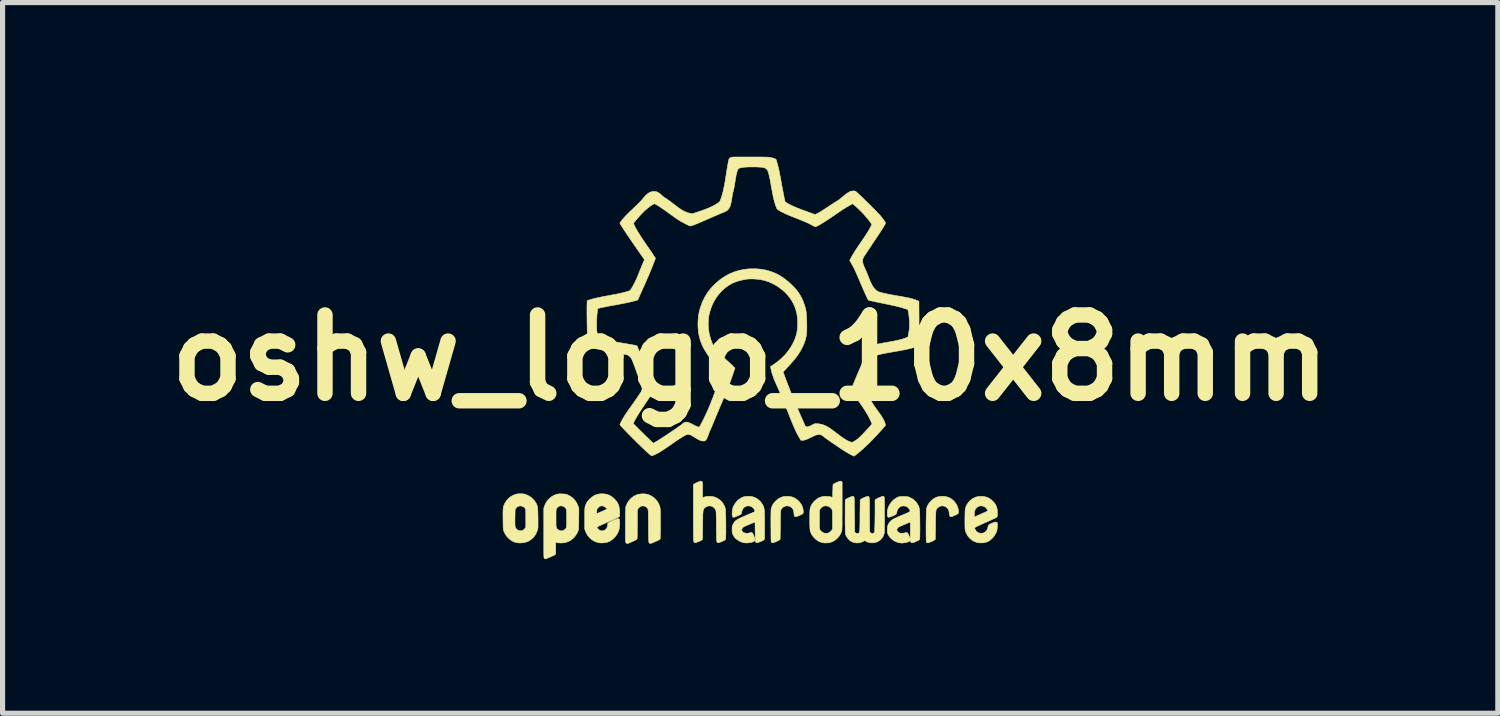
<source format=kicad_pcb>
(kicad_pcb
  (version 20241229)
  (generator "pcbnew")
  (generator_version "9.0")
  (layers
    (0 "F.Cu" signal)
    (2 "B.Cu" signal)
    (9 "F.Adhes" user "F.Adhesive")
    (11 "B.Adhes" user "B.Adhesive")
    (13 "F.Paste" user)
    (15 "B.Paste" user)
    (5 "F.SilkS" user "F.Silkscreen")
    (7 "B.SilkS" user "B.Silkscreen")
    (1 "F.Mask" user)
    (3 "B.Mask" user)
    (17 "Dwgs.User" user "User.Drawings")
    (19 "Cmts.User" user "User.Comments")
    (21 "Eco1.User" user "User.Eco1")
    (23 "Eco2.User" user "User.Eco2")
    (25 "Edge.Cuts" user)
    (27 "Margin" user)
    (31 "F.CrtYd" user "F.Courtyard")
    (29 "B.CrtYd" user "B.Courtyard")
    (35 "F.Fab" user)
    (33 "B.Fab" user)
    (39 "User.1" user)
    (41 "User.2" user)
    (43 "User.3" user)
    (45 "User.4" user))
  (footprint "oshw_logo_10x8mm"
    (layer "F.Cu")
    (at 11.546 3.913)
    (property "Reference" "oshw_logo_10x8mm" (at 0 0 0) (layer "F.SilkS") (effects (font (size 1.524 1.524) (thickness 0.3))))
    (attr through_hole)
    (fp_poly (pts (xy 3.783 2.695) (xy 3.822 2.702) (xy 3.858 2.714) (xy 3.891 2.729) (xy 3.931 2.756) (xy 3.968 2.791) (xy 4 2.831) (xy 4.026 2.876) (xy 4.043 2.923) (xy 4.052 2.97) (xy 4.052 2.974) (xy 4.053 2.997) (xy 4.051 3.015) (xy 4.049 3.025) (xy 4.042 3.032) (xy 4.027 3.041) (xy 4.007 3.051) (xy 3.984 3.062) (xy 3.961 3.073) (xy 3.939 3.082) (xy 3.921 3.088) (xy 3.909 3.09) (xy 3.909 3.09) (xy 3.898 3.089) (xy 3.889 3.085) (xy 3.883 3.075) (xy 3.878 3.059) (xy 3.874 3.036) (xy 3.871 3.008) (xy 3.865 2.976) (xy 3.855 2.95) (xy 3.839 2.927) (xy 3.825 2.913) (xy 3.794 2.892) (xy 3.761 2.881) (xy 3.727 2.879) (xy 3.693 2.887) (xy 3.661 2.906) (xy 3.644 2.92) (xy 3.637 2.927) (xy 3.631 2.935) (xy 3.625 2.943) (xy 3.621 2.953) (xy 3.617 2.965) (xy 3.615 2.981) (xy 3.612 3.002) (xy 3.611 3.028) (xy 3.609 3.06) (xy 3.608 3.099) (xy 3.608 3.146) (xy 3.607 3.202) (xy 3.606 3.257) (xy 3.606 3.309) (xy 3.605 3.358) (xy 3.604 3.403) (xy 3.603 3.443) (xy 3.603 3.477) (xy 3.602 3.503) (xy 3.601 3.522) (xy 3.601 3.53) (xy 3.6 3.531) (xy 3.594 3.539) (xy 3.579 3.548) (xy 3.559 3.559) (xy 3.536 3.571) (xy 3.511 3.581) (xy 3.488 3.59) (xy 3.467 3.596) (xy 3.453 3.598) (xy 3.438 3.596) (xy 3.428 3.59) (xy 3.427 3.582) (xy 3.425 3.566) (xy 3.424 3.541) (xy 3.423 3.508) (xy 3.423 3.47) (xy 3.422 3.427) (xy 3.422 3.38) (xy 3.422 3.33) (xy 3.422 3.279) (xy 3.422 3.227) (xy 3.423 3.176) (xy 3.424 3.126) (xy 3.425 3.08) (xy 3.426 3.038) (xy 3.427 3) (xy 3.428 2.97) (xy 3.43 2.946) (xy 3.432 2.931) (xy 3.432 2.929) (xy 3.446 2.885) (xy 3.467 2.845) (xy 3.497 2.806) (xy 3.516 2.786) (xy 3.556 2.75) (xy 3.595 2.725) (xy 3.636 2.707) (xy 3.682 2.697) (xy 3.734 2.693) (xy 3.739 2.693) (xy 3.783 2.695)) (stroke (width 0.01) (type solid)) (fill yes) (layer "F.SilkS"))
    (fp_poly (pts (xy 0.75 2.696) (xy 0.786 2.7) (xy 0.817 2.707) (xy 0.825 2.709) (xy 0.875 2.732) (xy 0.919 2.763) (xy 0.957 2.8) (xy 0.989 2.843) (xy 1.013 2.889) (xy 1.028 2.939) (xy 1.033 2.984) (xy 1.033 3.003) (xy 1.031 3.017) (xy 1.026 3.027) (xy 1.017 3.037) (xy 1.001 3.046) (xy 0.978 3.057) (xy 0.957 3.066) (xy 0.924 3.08) (xy 0.898 3.088) (xy 0.88 3.089) (xy 0.867 3.085) (xy 0.858 3.073) (xy 0.854 3.053) (xy 0.851 3.025) (xy 0.851 3.021) (xy 0.848 2.995) (xy 0.845 2.975) (xy 0.839 2.959) (xy 0.833 2.947) (xy 0.811 2.917) (xy 0.783 2.895) (xy 0.751 2.883) (xy 0.714 2.88) (xy 0.709 2.88) (xy 0.672 2.888) (xy 0.64 2.905) (xy 0.614 2.93) (xy 0.602 2.949) (xy 0.599 2.955) (xy 0.597 2.96) (xy 0.596 2.967) (xy 0.594 2.975) (xy 0.593 2.987) (xy 0.592 3.003) (xy 0.591 3.024) (xy 0.59 3.051) (xy 0.59 3.084) (xy 0.589 3.125) (xy 0.588 3.174) (xy 0.588 3.233) (xy 0.588 3.249) (xy 0.587 3.302) (xy 0.586 3.353) (xy 0.585 3.399) (xy 0.584 3.44) (xy 0.584 3.475) (xy 0.583 3.502) (xy 0.582 3.522) (xy 0.581 3.532) (xy 0.58 3.534) (xy 0.572 3.54) (xy 0.557 3.55) (xy 0.536 3.56) (xy 0.513 3.571) (xy 0.488 3.582) (xy 0.466 3.59) (xy 0.448 3.596) (xy 0.437 3.598) (xy 0.424 3.595) (xy 0.415 3.59) (xy 0.413 3.588) (xy 0.411 3.585) (xy 0.41 3.581) (xy 0.408 3.574) (xy 0.407 3.564) (xy 0.406 3.55) (xy 0.406 3.53) (xy 0.405 3.506) (xy 0.405 3.474) (xy 0.404 3.435) (xy 0.404 3.388) (xy 0.404 3.332) (xy 0.403 3.277) (xy 0.403 3.208) (xy 0.403 3.145) (xy 0.403 3.09) (xy 0.404 3.042) (xy 0.404 3.003) (xy 0.405 2.973) (xy 0.406 2.952) (xy 0.407 2.943) (xy 0.421 2.896) (xy 0.443 2.851) (xy 0.474 2.809) (xy 0.511 2.771) (xy 0.552 2.739) (xy 0.597 2.715) (xy 0.645 2.699) (xy 0.646 2.699) (xy 0.676 2.695) (xy 0.712 2.694) (xy 0.75 2.696)) (stroke (width 0.01) (type solid)) (fill yes) (layer "F.SilkS"))
    (fp_poly (pts (xy -4.424 2.646) (xy -4.397 2.649) (xy -4.392 2.65) (xy -4.338 2.669) (xy -4.287 2.697) (xy -4.241 2.732) (xy -4.2 2.775) (xy -4.168 2.824) (xy -4.161 2.836) (xy -4.154 2.851) (xy -4.148 2.865) (xy -4.143 2.879) (xy -4.14 2.894) (xy -4.137 2.912) (xy -4.134 2.934) (xy -4.133 2.961) (xy -4.131 2.995) (xy -4.13 3.035) (xy -4.129 3.085) (xy -4.129 3.111) (xy -4.128 3.162) (xy -4.128 3.203) (xy -4.128 3.236) (xy -4.128 3.263) (xy -4.128 3.283) (xy -4.129 3.299) (xy -4.13 3.313) (xy -4.132 3.324) (xy -4.134 3.335) (xy -4.137 3.346) (xy -4.138 3.347) (xy -4.159 3.404) (xy -4.188 3.456) (xy -4.227 3.502) (xy -4.274 3.541) (xy -4.307 3.563) (xy -4.341 3.578) (xy -4.382 3.59) (xy -4.427 3.598) (xy -4.474 3.601) (xy -4.518 3.599) (xy -4.519 3.599) (xy -4.541 3.596) (xy -4.562 3.591) (xy -4.575 3.588) (xy -4.625 3.566) (xy -4.672 3.536) (xy -4.715 3.497) (xy -4.751 3.453) (xy -4.78 3.403) (xy -4.796 3.365) (xy -4.799 3.356) (xy -4.801 3.347) (xy -4.803 3.336) (xy -4.805 3.323) (xy -4.806 3.307) (xy -4.807 3.286) (xy -4.807 3.259) (xy -4.808 3.224) (xy -4.808 3.182) (xy -4.809 3.163) (xy -4.577 3.163) (xy -4.577 3.207) (xy -4.576 3.241) (xy -4.575 3.266) (xy -4.573 3.281) (xy -4.572 3.285) (xy -4.56 3.313) (xy -4.54 3.336) (xy -4.516 3.353) (xy -4.488 3.362) (xy -4.459 3.365) (xy -4.431 3.358) (xy -4.421 3.353) (xy -4.406 3.342) (xy -4.389 3.326) (xy -4.383 3.319) (xy -4.366 3.296) (xy -4.366 3.127) (xy -4.366 3.076) (xy -4.366 3.032) (xy -4.367 2.996) (xy -4.368 2.968) (xy -4.37 2.951) (xy -4.371 2.944) (xy -4.385 2.92) (xy -4.407 2.901) (xy -4.434 2.887) (xy -4.464 2.88) (xy -4.486 2.881) (xy -4.517 2.89) (xy -4.542 2.907) (xy -4.56 2.931) (xy -4.574 2.955) (xy -4.576 3.109) (xy -4.577 3.163) (xy -4.809 3.163) (xy -4.809 3.134) (xy -4.809 3.079) (xy -4.81 3.033) (xy -4.809 2.995) (xy -4.808 2.963) (xy -4.807 2.938) (xy -4.804 2.917) (xy -4.801 2.898) (xy -4.796 2.882) (xy -4.791 2.866) (xy -4.783 2.85) (xy -4.776 2.833) (xy -4.758 2.803) (xy -4.734 2.77) (xy -4.706 2.739) (xy -4.678 2.714) (xy -4.675 2.711) (xy -4.65 2.694) (xy -4.619 2.677) (xy -4.587 2.663) (xy -4.558 2.653) (xy -4.551 2.651) (xy -4.525 2.646) (xy -4.492 2.644) (xy -4.457 2.644) (xy -4.424 2.646)) (stroke (width 0.01) (type solid)) (fill yes) (layer "F.SilkS"))
    (fp_poly (pts (xy 1.763 2.399) (xy 1.774 2.403) (xy 1.777 2.405) (xy 1.789 2.414) (xy 1.789 2.878) (xy 1.789 2.959) (xy 1.789 3.03) (xy 1.788 3.092) (xy 1.788 3.146) (xy 1.788 3.191) (xy 1.788 3.23) (xy 1.788 3.262) (xy 1.787 3.288) (xy 1.786 3.31) (xy 1.786 3.327) (xy 1.785 3.341) (xy 1.784 3.351) (xy 1.782 3.36) (xy 1.781 3.367) (xy 1.779 3.373) (xy 1.778 3.377) (xy 1.757 3.427) (xy 1.728 3.473) (xy 1.691 3.514) (xy 1.648 3.549) (xy 1.6 3.576) (xy 1.562 3.59) (xy 1.524 3.598) (xy 1.482 3.601) (xy 1.44 3.6) (xy 1.403 3.595) (xy 1.399 3.594) (xy 1.355 3.579) (xy 1.317 3.56) (xy 1.282 3.535) (xy 1.251 3.506) (xy 1.217 3.468) (xy 1.192 3.429) (xy 1.174 3.388) (xy 1.167 3.365) (xy 1.165 3.352) (xy 1.163 3.33) (xy 1.161 3.3) (xy 1.16 3.265) (xy 1.159 3.225) (xy 1.159 3.182) (xy 1.159 3.151) (xy 1.347 3.151) (xy 1.347 3.199) (xy 1.347 3.237) (xy 1.347 3.267) (xy 1.348 3.29) (xy 1.348 3.307) (xy 1.35 3.319) (xy 1.351 3.328) (xy 1.353 3.335) (xy 1.356 3.341) (xy 1.359 3.345) (xy 1.377 3.367) (xy 1.401 3.388) (xy 1.427 3.404) (xy 1.43 3.405) (xy 1.45 3.411) (xy 1.475 3.413) (xy 1.5 3.411) (xy 1.517 3.408) (xy 1.546 3.392) (xy 1.572 3.369) (xy 1.587 3.35) (xy 1.601 3.326) (xy 1.601 3.146) (xy 1.601 3.095) (xy 1.601 3.054) (xy 1.6 3.021) (xy 1.599 2.995) (xy 1.597 2.975) (xy 1.594 2.959) (xy 1.59 2.947) (xy 1.585 2.938) (xy 1.578 2.929) (xy 1.569 2.921) (xy 1.559 2.912) (xy 1.529 2.892) (xy 1.496 2.881) (xy 1.462 2.879) (xy 1.429 2.885) (xy 1.421 2.889) (xy 1.403 2.899) (xy 1.385 2.916) (xy 1.368 2.934) (xy 1.355 2.952) (xy 1.351 2.962) (xy 1.35 2.97) (xy 1.349 2.988) (xy 1.348 3.014) (xy 1.348 3.047) (xy 1.347 3.084) (xy 1.347 3.125) (xy 1.347 3.151) (xy 1.159 3.151) (xy 1.159 3.139) (xy 1.159 3.095) (xy 1.159 3.054) (xy 1.16 3.016) (xy 1.161 2.983) (xy 1.162 2.957) (xy 1.164 2.939) (xy 1.165 2.936) (xy 1.18 2.887) (xy 1.205 2.84) (xy 1.241 2.796) (xy 1.251 2.786) (xy 1.287 2.753) (xy 1.323 2.729) (xy 1.362 2.711) (xy 1.397 2.701) (xy 1.424 2.696) (xy 1.457 2.694) (xy 1.492 2.695) (xy 1.526 2.697) (xy 1.556 2.702) (xy 1.573 2.706) (xy 1.588 2.711) (xy 1.599 2.713) (xy 1.602 2.713) (xy 1.603 2.707) (xy 1.604 2.692) (xy 1.605 2.67) (xy 1.606 2.642) (xy 1.606 2.609) (xy 1.607 2.595) (xy 1.608 2.56) (xy 1.609 2.529) (xy 1.61 2.502) (xy 1.61 2.482) (xy 1.611 2.47) (xy 1.612 2.468) (xy 1.617 2.46) (xy 1.63 2.45) (xy 1.652 2.438) (xy 1.684 2.423) (xy 1.713 2.411) (xy 1.736 2.402) (xy 1.751 2.398) (xy 1.763 2.399)) (stroke (width 0.01) (type solid)) (fill yes) (layer "F.SilkS"))
    (fp_poly (pts (xy -3.675 2.646) (xy -3.661 2.647) (xy -3.63 2.648) (xy -3.608 2.65) (xy -3.59 2.652) (xy -3.575 2.656) (xy -3.558 2.662) (xy -3.553 2.664) (xy -3.499 2.692) (xy -3.451 2.727) (xy -3.41 2.771) (xy -3.376 2.821) (xy -3.351 2.876) (xy -3.347 2.888) (xy -3.333 2.931) (xy -3.335 3.131) (xy -3.335 3.183) (xy -3.336 3.225) (xy -3.337 3.259) (xy -3.337 3.286) (xy -3.338 3.307) (xy -3.34 3.324) (xy -3.341 3.337) (xy -3.343 3.347) (xy -3.346 3.357) (xy -3.348 3.366) (xy -3.37 3.415) (xy -3.4 3.461) (xy -3.436 3.503) (xy -3.478 3.539) (xy -3.524 3.567) (xy -3.566 3.584) (xy -3.621 3.597) (xy -3.678 3.602) (xy -3.734 3.598) (xy -3.772 3.59) (xy -3.784 3.587) (xy -3.784 3.703) (xy -3.784 3.741) (xy -3.784 3.77) (xy -3.785 3.792) (xy -3.786 3.807) (xy -3.787 3.816) (xy -3.789 3.822) (xy -3.792 3.826) (xy -3.793 3.827) (xy -3.802 3.833) (xy -3.819 3.842) (xy -3.842 3.853) (xy -3.869 3.865) (xy -3.896 3.877) (xy -3.923 3.888) (xy -3.947 3.898) (xy -3.966 3.905) (xy -3.978 3.909) (xy -3.979 3.909) (xy -3.995 3.909) (xy -4.006 3.902) (xy -4.007 3.901) (xy -4.009 3.899) (xy -4.01 3.896) (xy -4.011 3.89) (xy -4.012 3.883) (xy -4.013 3.872) (xy -4.014 3.857) (xy -4.015 3.838) (xy -4.015 3.813) (xy -4.016 3.783) (xy -4.016 3.747) (xy -4.016 3.703) (xy -4.016 3.652) (xy -4.016 3.592) (xy -4.016 3.524) (xy -4.016 3.445) (xy -4.016 3.408) (xy -4.016 3.122) (xy -3.778 3.122) (xy -3.778 3.171) (xy -3.778 3.211) (xy -3.777 3.243) (xy -3.776 3.268) (xy -3.774 3.287) (xy -3.772 3.301) (xy -3.768 3.311) (xy -3.763 3.32) (xy -3.756 3.327) (xy -3.748 3.334) (xy -3.745 3.337) (xy -3.717 3.355) (xy -3.688 3.364) (xy -3.658 3.365) (xy -3.634 3.357) (xy -3.618 3.347) (xy -3.602 3.335) (xy -3.602 3.334) (xy -3.593 3.327) (xy -3.587 3.319) (xy -3.581 3.311) (xy -3.578 3.3) (xy -3.575 3.287) (xy -3.573 3.269) (xy -3.572 3.245) (xy -3.571 3.215) (xy -3.571 3.177) (xy -3.571 3.129) (xy -3.571 3.124) (xy -3.571 3.077) (xy -3.572 3.04) (xy -3.572 3.011) (xy -3.573 2.988) (xy -3.574 2.972) (xy -3.575 2.96) (xy -3.577 2.951) (xy -3.579 2.943) (xy -3.582 2.937) (xy -3.6 2.913) (xy -3.624 2.894) (xy -3.653 2.883) (xy -3.683 2.879) (xy -3.712 2.884) (xy -3.713 2.884) (xy -3.73 2.894) (xy -3.748 2.909) (xy -3.764 2.927) (xy -3.771 2.938) (xy -3.773 2.944) (xy -3.775 2.954) (xy -3.776 2.968) (xy -3.777 2.989) (xy -3.778 3.016) (xy -3.778 3.051) (xy -3.778 3.095) (xy -3.778 3.122) (xy -4.016 3.122) (xy -4.016 2.926) (xy -4.003 2.885) (xy -3.987 2.845) (xy -3.969 2.811) (xy -3.947 2.779) (xy -3.917 2.747) (xy -3.914 2.743) (xy -3.871 2.706) (xy -3.826 2.678) (xy -3.778 2.658) (xy -3.764 2.654) (xy -3.747 2.65) (xy -3.728 2.647) (xy -3.705 2.646) (xy -3.675 2.646)) (stroke (width 0.01) (type solid)) (fill yes) (layer "F.SilkS"))
    (fp_poly (pts (xy -2.05 2.647) (xy -2.016 2.651) (xy -1.985 2.659) (xy -1.953 2.672) (xy -1.938 2.679) (xy -1.89 2.708) (xy -1.847 2.745) (xy -1.81 2.788) (xy -1.78 2.837) (xy -1.759 2.889) (xy -1.752 2.92) (xy -1.75 2.933) (xy -1.749 2.954) (xy -1.748 2.983) (xy -1.747 3.018) (xy -1.747 3.058) (xy -1.746 3.103) (xy -1.746 3.15) (xy -1.746 3.199) (xy -1.746 3.249) (xy -1.746 3.298) (xy -1.747 3.345) (xy -1.747 3.389) (xy -1.748 3.429) (xy -1.749 3.463) (xy -1.75 3.492) (xy -1.751 3.512) (xy -1.752 3.524) (xy -1.753 3.526) (xy -1.762 3.533) (xy -1.78 3.544) (xy -1.808 3.558) (xy -1.843 3.574) (xy -1.887 3.593) (xy -1.887 3.593) (xy -1.911 3.603) (xy -1.928 3.609) (xy -1.94 3.611) (xy -1.948 3.61) (xy -1.949 3.609) (xy -1.955 3.607) (xy -1.96 3.604) (xy -1.965 3.601) (xy -1.968 3.596) (xy -1.971 3.588) (xy -1.973 3.577) (xy -1.975 3.561) (xy -1.977 3.541) (xy -1.978 3.515) (xy -1.978 3.482) (xy -1.979 3.442) (xy -1.979 3.393) (xy -1.98 3.336) (xy -1.98 3.269) (xy -1.98 3.268) (xy -1.98 3.201) (xy -1.981 3.144) (xy -1.981 3.095) (xy -1.982 3.055) (xy -1.982 3.022) (xy -1.983 2.996) (xy -1.985 2.975) (xy -1.987 2.958) (xy -1.989 2.946) (xy -1.992 2.936) (xy -1.996 2.929) (xy -2.001 2.923) (xy -2.006 2.917) (xy -2.012 2.911) (xy -2.014 2.909) (xy -2.041 2.89) (xy -2.07 2.881) (xy -2.1 2.88) (xy -2.13 2.889) (xy -2.156 2.905) (xy -2.178 2.93) (xy -2.186 2.943) (xy -2.188 2.948) (xy -2.19 2.954) (xy -2.192 2.961) (xy -2.193 2.971) (xy -2.194 2.985) (xy -2.195 3.003) (xy -2.195 3.026) (xy -2.196 3.055) (xy -2.196 3.092) (xy -2.196 3.137) (xy -2.196 3.191) (xy -2.196 3.235) (xy -2.196 3.294) (xy -2.196 3.348) (xy -2.197 3.396) (xy -2.197 3.438) (xy -2.198 3.472) (xy -2.199 3.498) (xy -2.2 3.514) (xy -2.201 3.521) (xy -2.208 3.53) (xy -2.222 3.54) (xy -2.244 3.552) (xy -2.247 3.553) (xy -2.268 3.563) (xy -2.292 3.574) (xy -2.317 3.585) (xy -2.341 3.595) (xy -2.361 3.604) (xy -2.377 3.61) (xy -2.386 3.614) (xy -2.388 3.614) (xy -2.393 3.612) (xy -2.401 3.609) (xy -2.406 3.607) (xy -2.411 3.604) (xy -2.415 3.601) (xy -2.419 3.596) (xy -2.422 3.588) (xy -2.424 3.578) (xy -2.426 3.563) (xy -2.427 3.543) (xy -2.428 3.518) (xy -2.428 3.487) (xy -2.428 3.449) (xy -2.428 3.402) (xy -2.428 3.347) (xy -2.428 3.283) (xy -2.428 3.246) (xy -2.427 3.177) (xy -2.427 3.119) (xy -2.426 3.07) (xy -2.426 3.028) (xy -2.425 2.994) (xy -2.425 2.966) (xy -2.424 2.944) (xy -2.423 2.926) (xy -2.422 2.913) (xy -2.421 2.902) (xy -2.419 2.894) (xy -2.417 2.887) (xy -2.416 2.884) (xy -2.392 2.828) (xy -2.359 2.777) (xy -2.319 2.733) (xy -2.271 2.696) (xy -2.244 2.681) (xy -2.202 2.662) (xy -2.158 2.651) (xy -2.11 2.646) (xy -2.091 2.645) (xy -2.05 2.647)) (stroke (width 0.01) (type solid)) (fill yes) (layer "F.SilkS"))
    (fp_poly (pts (xy -0.946 2.401) (xy -0.937 2.408) (xy -0.934 2.411) (xy -0.931 2.416) (xy -0.929 2.423) (xy -0.928 2.433) (xy -0.927 2.448) (xy -0.926 2.469) (xy -0.926 2.497) (xy -0.926 2.534) (xy -0.926 2.569) (xy -0.926 2.719) (xy -0.896 2.708) (xy -0.864 2.7) (xy -0.827 2.695) (xy -0.787 2.694) (xy -0.747 2.696) (xy -0.712 2.701) (xy -0.703 2.704) (xy -0.649 2.726) (xy -0.6 2.756) (xy -0.558 2.794) (xy -0.523 2.84) (xy -0.496 2.892) (xy -0.493 2.9) (xy -0.49 2.91) (xy -0.487 2.919) (xy -0.484 2.93) (xy -0.482 2.942) (xy -0.481 2.958) (xy -0.479 2.979) (xy -0.478 3.006) (xy -0.477 3.041) (xy -0.476 3.084) (xy -0.475 3.104) (xy -0.474 3.151) (xy -0.474 3.2) (xy -0.473 3.25) (xy -0.473 3.3) (xy -0.473 3.347) (xy -0.473 3.392) (xy -0.474 3.433) (xy -0.475 3.468) (xy -0.476 3.496) (xy -0.477 3.517) (xy -0.478 3.529) (xy -0.479 3.53) (xy -0.486 3.538) (xy -0.501 3.549) (xy -0.522 3.56) (xy -0.546 3.572) (xy -0.571 3.582) (xy -0.594 3.59) (xy -0.613 3.595) (xy -0.625 3.595) (xy -0.626 3.595) (xy -0.632 3.594) (xy -0.637 3.592) (xy -0.641 3.589) (xy -0.645 3.584) (xy -0.648 3.576) (xy -0.65 3.564) (xy -0.652 3.548) (xy -0.654 3.526) (xy -0.655 3.499) (xy -0.656 3.464) (xy -0.656 3.422) (xy -0.657 3.371) (xy -0.658 3.311) (xy -0.658 3.277) (xy -0.659 3.214) (xy -0.659 3.16) (xy -0.66 3.116) (xy -0.661 3.079) (xy -0.661 3.049) (xy -0.662 3.025) (xy -0.663 3.007) (xy -0.664 2.993) (xy -0.666 2.982) (xy -0.667 2.973) (xy -0.669 2.967) (xy -0.671 2.961) (xy -0.673 2.958) (xy -0.691 2.927) (xy -0.716 2.904) (xy -0.745 2.888) (xy -0.777 2.88) (xy -0.81 2.881) (xy -0.843 2.89) (xy -0.873 2.908) (xy -0.884 2.917) (xy -0.892 2.925) (xy -0.898 2.932) (xy -0.904 2.94) (xy -0.909 2.949) (xy -0.912 2.96) (xy -0.915 2.974) (xy -0.917 2.992) (xy -0.919 3.015) (xy -0.921 3.045) (xy -0.922 3.08) (xy -0.922 3.124) (xy -0.923 3.176) (xy -0.924 3.238) (xy -0.924 3.247) (xy -0.924 3.3) (xy -0.925 3.35) (xy -0.926 3.396) (xy -0.926 3.436) (xy -0.927 3.471) (xy -0.928 3.498) (xy -0.928 3.517) (xy -0.929 3.527) (xy -0.929 3.528) (xy -0.932 3.535) (xy -0.94 3.543) (xy -0.954 3.551) (xy -0.974 3.561) (xy -1.002 3.573) (xy -1.019 3.58) (xy -1.043 3.589) (xy -1.059 3.595) (xy -1.07 3.597) (xy -1.077 3.597) (xy -1.084 3.594) (xy -1.086 3.592) (xy -1.094 3.582) (xy -1.1 3.57) (xy -1.101 3.562) (xy -1.102 3.544) (xy -1.103 3.516) (xy -1.104 3.477) (xy -1.105 3.428) (xy -1.105 3.369) (xy -1.105 3.299) (xy -1.106 3.219) (xy -1.106 3.128) (xy -1.106 3.027) (xy -1.106 3.013) (xy -1.106 2.47) (xy -1.091 2.456) (xy -1.08 2.448) (xy -1.062 2.438) (xy -1.04 2.427) (xy -1.016 2.417) (xy -0.993 2.407) (xy -0.973 2.4) (xy -0.96 2.397) (xy -0.958 2.397) (xy -0.946 2.401)) (stroke (width 0.01) (type solid)) (fill yes) (layer "F.SilkS"))
    (fp_poly (pts (xy -2.826 2.648) (xy -2.773 2.66) (xy -2.724 2.682) (xy -2.677 2.713) (xy -2.637 2.749) (xy -2.605 2.784) (xy -2.58 2.82) (xy -2.562 2.859) (xy -2.55 2.902) (xy -2.543 2.951) (xy -2.54 3.008) (xy -2.54 3.014) (xy -2.54 3.043) (xy -2.541 3.064) (xy -2.542 3.077) (xy -2.545 3.085) (xy -2.548 3.091) (xy -2.549 3.092) (xy -2.556 3.096) (xy -2.572 3.103) (xy -2.594 3.114) (xy -2.623 3.128) (xy -2.657 3.144) (xy -2.695 3.161) (xy -2.731 3.177) (xy -2.786 3.201) (xy -2.832 3.222) (xy -2.871 3.239) (xy -2.902 3.253) (xy -2.926 3.264) (xy -2.945 3.273) (xy -2.958 3.28) (xy -2.968 3.285) (xy -2.974 3.289) (xy -2.977 3.292) (xy -2.979 3.295) (xy -2.979 3.298) (xy -2.979 3.298) (xy -2.975 3.308) (xy -2.965 3.322) (xy -2.951 3.337) (xy -2.936 3.35) (xy -2.924 3.357) (xy -2.896 3.365) (xy -2.865 3.364) (xy -2.836 3.354) (xy -2.811 3.337) (xy -2.795 3.32) (xy -2.784 3.3) (xy -2.778 3.274) (xy -2.775 3.256) (xy -2.772 3.237) (xy -2.769 3.222) (xy -2.766 3.215) (xy -2.758 3.209) (xy -2.743 3.201) (xy -2.722 3.19) (xy -2.697 3.178) (xy -2.67 3.166) (xy -2.643 3.154) (xy -2.617 3.143) (xy -2.596 3.135) (xy -2.58 3.129) (xy -2.572 3.127) (xy -2.56 3.129) (xy -2.551 3.133) (xy -2.546 3.143) (xy -2.542 3.159) (xy -2.541 3.182) (xy -2.54 3.215) (xy -2.54 3.215) (xy -2.542 3.266) (xy -2.546 3.31) (xy -2.553 3.347) (xy -2.565 3.381) (xy -2.581 3.414) (xy -2.602 3.447) (xy -2.606 3.453) (xy -2.644 3.499) (xy -2.687 3.537) (xy -2.732 3.567) (xy -2.78 3.587) (xy -2.783 3.588) (xy -2.816 3.595) (xy -2.854 3.599) (xy -2.892 3.601) (xy -2.927 3.599) (xy -2.937 3.598) (xy -2.993 3.584) (xy -3.046 3.561) (xy -3.094 3.528) (xy -3.124 3.5) (xy -3.159 3.459) (xy -3.186 3.415) (xy -3.206 3.37) (xy -3.22 3.331) (xy -3.22 3.125) (xy -3.22 3.07) (xy -3.22 3.025) (xy -3.22 3.023) (xy -2.987 3.023) (xy -2.987 3.031) (xy -2.986 3.032) (xy -2.982 3.03) (xy -2.969 3.024) (xy -2.95 3.016) (xy -2.926 3.005) (xy -2.91 2.998) (xy -2.881 2.986) (xy -2.854 2.974) (xy -2.83 2.963) (xy -2.813 2.955) (xy -2.808 2.953) (xy -2.783 2.941) (xy -2.795 2.925) (xy -2.811 2.91) (xy -2.833 2.896) (xy -2.856 2.885) (xy -2.878 2.879) (xy -2.884 2.879) (xy -2.903 2.881) (xy -2.922 2.886) (xy -2.922 2.886) (xy -2.938 2.896) (xy -2.954 2.91) (xy -2.969 2.927) (xy -2.979 2.942) (xy -2.982 2.949) (xy -2.983 2.958) (xy -2.984 2.973) (xy -2.985 2.99) (xy -2.986 3.008) (xy -2.987 3.023) (xy -3.22 3.023) (xy -3.219 2.988) (xy -3.218 2.958) (xy -3.217 2.933) (xy -3.215 2.913) (xy -3.212 2.896) (xy -3.208 2.882) (xy -3.204 2.868) (xy -3.197 2.853) (xy -3.19 2.837) (xy -3.187 2.831) (xy -3.175 2.809) (xy -3.162 2.789) (xy -3.144 2.768) (xy -3.123 2.746) (xy -3.079 2.708) (xy -3.036 2.679) (xy -2.99 2.659) (xy -2.941 2.648) (xy -2.886 2.644) (xy -2.884 2.644) (xy -2.826 2.648)) (stroke (width 0.01) (type solid)) (fill yes) (layer "F.SilkS"))
    (fp_poly (pts (xy 4.55 2.697) (xy 4.6 2.71) (xy 4.647 2.731) (xy 4.692 2.762) (xy 4.721 2.789) (xy 4.753 2.824) (xy 4.776 2.859) (xy 4.793 2.899) (xy 4.802 2.929) (xy 4.806 2.949) (xy 4.808 2.975) (xy 4.81 3.003) (xy 4.81 3.032) (xy 4.809 3.058) (xy 4.807 3.078) (xy 4.803 3.09) (xy 4.802 3.094) (xy 4.799 3.097) (xy 4.796 3.101) (xy 4.791 3.104) (xy 4.783 3.109) (xy 4.771 3.115) (xy 4.755 3.123) (xy 4.733 3.133) (xy 4.706 3.146) (xy 4.671 3.162) (xy 4.629 3.18) (xy 4.578 3.203) (xy 4.557 3.212) (xy 4.505 3.236) (xy 4.461 3.256) (xy 4.427 3.272) (xy 4.401 3.285) (xy 4.382 3.295) (xy 4.371 3.302) (xy 4.366 3.306) (xy 4.366 3.307) (xy 4.369 3.322) (xy 4.378 3.341) (xy 4.39 3.361) (xy 4.403 3.376) (xy 4.432 3.398) (xy 4.465 3.41) (xy 4.494 3.413) (xy 4.526 3.41) (xy 4.553 3.4) (xy 4.578 3.382) (xy 4.579 3.381) (xy 4.596 3.364) (xy 4.609 3.343) (xy 4.62 3.316) (xy 4.627 3.288) (xy 4.631 3.272) (xy 4.635 3.261) (xy 4.641 3.251) (xy 4.651 3.243) (xy 4.665 3.235) (xy 4.686 3.225) (xy 4.715 3.212) (xy 4.715 3.212) (xy 4.746 3.2) (xy 4.77 3.194) (xy 4.787 3.194) (xy 4.8 3.2) (xy 4.805 3.208) (xy 4.808 3.22) (xy 4.81 3.239) (xy 4.81 3.264) (xy 4.808 3.292) (xy 4.806 3.32) (xy 4.802 3.345) (xy 4.798 3.366) (xy 4.796 3.373) (xy 4.777 3.417) (xy 4.751 3.459) (xy 4.721 3.498) (xy 4.687 3.531) (xy 4.653 3.558) (xy 4.63 3.571) (xy 4.578 3.59) (xy 4.523 3.599) (xy 4.463 3.599) (xy 4.453 3.598) (xy 4.4 3.588) (xy 4.351 3.568) (xy 4.305 3.539) (xy 4.265 3.502) (xy 4.23 3.459) (xy 4.203 3.409) (xy 4.187 3.368) (xy 4.185 3.359) (xy 4.183 3.348) (xy 4.181 3.336) (xy 4.18 3.321) (xy 4.179 3.301) (xy 4.179 3.275) (xy 4.178 3.243) (xy 4.178 3.202) (xy 4.178 3.152) (xy 4.178 3.149) (xy 4.178 3.094) (xy 4.179 3.08) (xy 4.36 3.08) (xy 4.361 3.089) (xy 4.363 3.093) (xy 4.367 3.093) (xy 4.369 3.092) (xy 4.376 3.089) (xy 4.392 3.082) (xy 4.414 3.072) (xy 4.442 3.06) (xy 4.473 3.046) (xy 4.495 3.036) (xy 4.528 3.021) (xy 4.558 3.008) (xy 4.583 2.996) (xy 4.602 2.987) (xy 4.613 2.981) (xy 4.617 2.979) (xy 4.618 2.971) (xy 4.614 2.958) (xy 4.606 2.942) (xy 4.595 2.926) (xy 4.584 2.916) (xy 4.558 2.896) (xy 4.531 2.885) (xy 4.503 2.88) (xy 4.471 2.88) (xy 4.443 2.889) (xy 4.416 2.906) (xy 4.409 2.912) (xy 4.391 2.931) (xy 4.378 2.951) (xy 4.37 2.974) (xy 4.364 3.003) (xy 4.362 3.039) (xy 4.36 3.064) (xy 4.36 3.08) (xy 4.179 3.08) (xy 4.179 3.048) (xy 4.18 3.011) (xy 4.181 2.98) (xy 4.183 2.955) (xy 4.186 2.935) (xy 4.19 2.917) (xy 4.195 2.902) (xy 4.201 2.887) (xy 4.208 2.871) (xy 4.21 2.867) (xy 4.241 2.817) (xy 4.279 2.775) (xy 4.326 2.74) (xy 4.345 2.729) (xy 4.386 2.71) (xy 4.429 2.699) (xy 4.477 2.694) (xy 4.494 2.693) (xy 4.55 2.697)) (stroke (width 0.01) (type solid)) (fill yes) (layer "F.SilkS"))
    (fp_poly (pts (xy 0.004 2.695) (xy 0.032 2.698) (xy 0.045 2.701) (xy 0.096 2.719) (xy 0.142 2.746) (xy 0.184 2.781) (xy 0.219 2.821) (xy 0.247 2.866) (xy 0.266 2.914) (xy 0.275 2.958) (xy 0.276 2.972) (xy 0.277 2.994) (xy 0.278 3.024) (xy 0.279 3.061) (xy 0.279 3.102) (xy 0.28 3.147) (xy 0.28 3.194) (xy 0.28 3.243) (xy 0.28 3.291) (xy 0.28 3.338) (xy 0.28 3.383) (xy 0.28 3.423) (xy 0.28 3.459) (xy 0.279 3.488) (xy 0.278 3.509) (xy 0.278 3.521) (xy 0.277 3.522) (xy 0.274 3.532) (xy 0.267 3.54) (xy 0.254 3.549) (xy 0.235 3.559) (xy 0.208 3.571) (xy 0.189 3.579) (xy 0.163 3.589) (xy 0.145 3.595) (xy 0.132 3.597) (xy 0.122 3.596) (xy 0.113 3.591) (xy 0.111 3.589) (xy 0.108 3.586) (xy 0.105 3.583) (xy 0.103 3.578) (xy 0.101 3.57) (xy 0.1 3.559) (xy 0.099 3.543) (xy 0.098 3.521) (xy 0.098 3.492) (xy 0.097 3.455) (xy 0.097 3.409) (xy 0.096 3.387) (xy 0.094 3.196) (xy 0.083 3.199) (xy 0.073 3.203) (xy 0.056 3.21) (xy 0.033 3.219) (xy 0.006 3.23) (xy -0.022 3.242) (xy -0.05 3.254) (xy -0.076 3.265) (xy -0.097 3.274) (xy -0.111 3.28) (xy -0.112 3.281) (xy -0.137 3.295) (xy -0.153 3.312) (xy -0.161 3.333) (xy -0.163 3.34) (xy -0.163 3.358) (xy -0.158 3.371) (xy -0.153 3.378) (xy -0.133 3.396) (xy -0.105 3.407) (xy -0.073 3.413) (xy -0.039 3.411) (xy -0.013 3.405) (xy 0.008 3.4) (xy 0.023 3.398) (xy 0.035 3.401) (xy 0.045 3.409) (xy 0.055 3.425) (xy 0.066 3.449) (xy 0.074 3.472) (xy 0.086 3.503) (xy 0.092 3.526) (xy 0.093 3.543) (xy 0.09 3.556) (xy 0.081 3.566) (xy 0.079 3.567) (xy 0.059 3.578) (xy 0.031 3.587) (xy -0.002 3.594) (xy -0.037 3.599) (xy -0.072 3.601) (xy -0.104 3.599) (xy -0.112 3.598) (xy -0.158 3.587) (xy -0.205 3.567) (xy -0.248 3.541) (xy -0.286 3.511) (xy -0.299 3.497) (xy -0.312 3.479) (xy -0.326 3.458) (xy -0.335 3.44) (xy -0.342 3.424) (xy -0.347 3.411) (xy -0.35 3.398) (xy -0.351 3.382) (xy -0.352 3.359) (xy -0.352 3.341) (xy -0.352 3.314) (xy -0.351 3.295) (xy -0.349 3.28) (xy -0.346 3.267) (xy -0.34 3.254) (xy -0.332 3.237) (xy -0.322 3.218) (xy -0.312 3.201) (xy -0.3 3.186) (xy -0.286 3.172) (xy -0.269 3.158) (xy -0.247 3.144) (xy -0.221 3.129) (xy -0.188 3.113) (xy -0.149 3.095) (xy -0.102 3.075) (xy -0.046 3.051) (xy -0.033 3.045) (xy 0.091 2.993) (xy 0.088 2.974) (xy 0.078 2.947) (xy 0.06 2.922) (xy 0.036 2.902) (xy 0.006 2.887) (xy -0.026 2.88) (xy -0.062 2.882) (xy -0.095 2.892) (xy -0.122 2.912) (xy -0.144 2.939) (xy -0.159 2.974) (xy -0.167 3.007) (xy -0.171 3.025) (xy -0.177 3.039) (xy -0.18 3.042) (xy -0.19 3.048) (xy -0.206 3.057) (xy -0.228 3.067) (xy -0.252 3.077) (xy -0.276 3.087) (xy -0.297 3.095) (xy -0.312 3.1) (xy -0.319 3.101) (xy -0.332 3.099) (xy -0.342 3.091) (xy -0.348 3.077) (xy -0.351 3.054) (xy -0.351 3.025) (xy -0.349 2.981) (xy -0.344 2.944) (xy -0.334 2.91) (xy -0.322 2.881) (xy -0.294 2.833) (xy -0.259 2.789) (xy -0.219 2.753) (xy -0.175 2.724) (xy -0.129 2.704) (xy -0.118 2.701) (xy -0.093 2.697) (xy -0.062 2.694) (xy -0.029 2.694) (xy 0.004 2.695)) (stroke (width 0.01) (type solid)) (fill yes) (layer "F.SilkS"))
    (fp_poly (pts (xy 2.594 2.694) (xy 2.598 2.695) (xy 2.602 2.699) (xy 2.605 2.705) (xy 2.608 2.715) (xy 2.61 2.728) (xy 2.611 2.747) (xy 2.612 2.771) (xy 2.613 2.801) (xy 2.614 2.839) (xy 2.614 2.884) (xy 2.614 2.938) (xy 2.614 3.002) (xy 2.614 3.053) (xy 2.614 3.123) (xy 2.614 3.183) (xy 2.614 3.235) (xy 2.613 3.278) (xy 2.613 3.313) (xy 2.612 3.342) (xy 2.612 3.366) (xy 2.611 3.384) (xy 2.61 3.398) (xy 2.608 3.409) (xy 2.607 3.418) (xy 2.606 3.421) (xy 2.589 3.468) (xy 2.563 3.509) (xy 2.531 3.543) (xy 2.492 3.57) (xy 2.448 3.588) (xy 2.401 3.598) (xy 2.351 3.598) (xy 2.345 3.598) (xy 2.306 3.591) (xy 2.274 3.58) (xy 2.247 3.565) (xy 2.232 3.555) (xy 2.199 3.57) (xy 2.159 3.588) (xy 2.122 3.598) (xy 2.084 3.601) (xy 2.044 3.598) (xy 1.999 3.587) (xy 1.958 3.567) (xy 1.921 3.537) (xy 1.891 3.502) (xy 1.867 3.463) (xy 1.853 3.422) (xy 1.853 3.419) (xy 1.852 3.41) (xy 1.851 3.39) (xy 1.85 3.363) (xy 1.849 3.329) (xy 1.849 3.289) (xy 1.848 3.244) (xy 1.847 3.196) (xy 1.847 3.145) (xy 1.847 3.093) (xy 1.847 3.041) (xy 1.847 2.991) (xy 1.847 2.942) (xy 1.847 2.897) (xy 1.847 2.857) (xy 1.848 2.822) (xy 1.848 2.795) (xy 1.849 2.775) (xy 1.85 2.765) (xy 1.85 2.764) (xy 1.857 2.754) (xy 1.874 2.743) (xy 1.886 2.737) (xy 1.923 2.719) (xy 1.952 2.706) (xy 1.974 2.698) (xy 1.991 2.694) (xy 2.003 2.694) (xy 2.013 2.698) (xy 2.017 2.703) (xy 2.019 2.706) (xy 2.021 2.711) (xy 2.022 2.719) (xy 2.023 2.731) (xy 2.024 2.747) (xy 2.025 2.769) (xy 2.026 2.797) (xy 2.027 2.831) (xy 2.027 2.873) (xy 2.028 2.924) (xy 2.029 2.983) (xy 2.03 3.05) (xy 2.034 3.389) (xy 2.046 3.401) (xy 2.065 3.414) (xy 2.086 3.417) (xy 2.101 3.413) (xy 2.108 3.41) (xy 2.114 3.407) (xy 2.118 3.404) (xy 2.122 3.399) (xy 2.126 3.391) (xy 2.128 3.38) (xy 2.13 3.364) (xy 2.132 3.344) (xy 2.133 3.318) (xy 2.134 3.286) (xy 2.135 3.246) (xy 2.135 3.197) (xy 2.136 3.14) (xy 2.136 3.084) (xy 2.136 3.028) (xy 2.137 2.975) (xy 2.138 2.926) (xy 2.138 2.882) (xy 2.139 2.844) (xy 2.139 2.812) (xy 2.14 2.789) (xy 2.14 2.774) (xy 2.141 2.77) (xy 2.143 2.762) (xy 2.15 2.754) (xy 2.161 2.746) (xy 2.178 2.736) (xy 2.202 2.724) (xy 2.235 2.71) (xy 2.242 2.707) (xy 2.267 2.698) (xy 2.285 2.694) (xy 2.299 2.696) (xy 2.309 2.704) (xy 2.31 2.705) (xy 2.312 2.707) (xy 2.314 2.711) (xy 2.316 2.716) (xy 2.317 2.724) (xy 2.318 2.735) (xy 2.319 2.75) (xy 2.32 2.771) (xy 2.32 2.796) (xy 2.321 2.829) (xy 2.321 2.869) (xy 2.321 2.916) (xy 2.322 2.973) (xy 2.322 3.039) (xy 2.322 3.05) (xy 2.324 3.383) (xy 2.342 3.401) (xy 2.361 3.415) (xy 2.38 3.418) (xy 2.398 3.411) (xy 2.407 3.404) (xy 2.422 3.389) (xy 2.425 3.276) (xy 2.426 3.243) (xy 2.427 3.201) (xy 2.428 3.154) (xy 2.428 3.103) (xy 2.429 3.049) (xy 2.429 2.997) (xy 2.429 2.965) (xy 2.429 2.767) (xy 2.441 2.755) (xy 2.452 2.747) (xy 2.469 2.738) (xy 2.492 2.726) (xy 2.517 2.715) (xy 2.541 2.706) (xy 2.562 2.698) (xy 2.578 2.694) (xy 2.582 2.693) (xy 2.588 2.693) (xy 2.594 2.694)) (stroke (width 0.01) (type solid)) (fill yes) (layer "F.SilkS"))
    (fp_poly (pts (xy 3.015 2.696) (xy 3.04 2.698) (xy 3.059 2.7) (xy 3.075 2.703) (xy 3.085 2.706) (xy 3.137 2.73) (xy 3.184 2.762) (xy 3.224 2.801) (xy 3.258 2.847) (xy 3.279 2.89) (xy 3.286 2.908) (xy 3.29 2.927) (xy 3.294 2.951) (xy 3.296 2.982) (xy 3.297 2.992) (xy 3.298 3.013) (xy 3.299 3.041) (xy 3.3 3.076) (xy 3.3 3.116) (xy 3.301 3.16) (xy 3.301 3.206) (xy 3.302 3.254) (xy 3.302 3.302) (xy 3.302 3.348) (xy 3.302 3.391) (xy 3.301 3.431) (xy 3.301 3.465) (xy 3.3 3.492) (xy 3.299 3.511) (xy 3.299 3.52) (xy 3.296 3.531) (xy 3.291 3.539) (xy 3.28 3.546) (xy 3.263 3.555) (xy 3.224 3.573) (xy 3.192 3.587) (xy 3.167 3.595) (xy 3.15 3.598) (xy 3.149 3.598) (xy 3.133 3.594) (xy 3.121 3.581) (xy 3.117 3.564) (xy 3.117 3.563) (xy 3.116 3.555) (xy 3.113 3.555) (xy 3.107 3.561) (xy 3.092 3.571) (xy 3.069 3.581) (xy 3.04 3.59) (xy 3.008 3.596) (xy 2.998 3.598) (xy 2.974 3.601) (xy 2.956 3.603) (xy 2.941 3.602) (xy 2.923 3.6) (xy 2.9 3.596) (xy 2.895 3.596) (xy 2.847 3.582) (xy 2.802 3.56) (xy 2.76 3.531) (xy 2.723 3.496) (xy 2.695 3.457) (xy 2.688 3.445) (xy 2.68 3.428) (xy 2.674 3.414) (xy 2.671 3.399) (xy 2.669 3.379) (xy 2.668 3.354) (xy 2.668 3.348) (xy 2.854 3.348) (xy 2.854 3.353) (xy 2.863 3.37) (xy 2.878 3.387) (xy 2.896 3.401) (xy 2.91 3.408) (xy 2.941 3.412) (xy 2.976 3.411) (xy 3.008 3.405) (xy 3.028 3.4) (xy 3.044 3.398) (xy 3.056 3.402) (xy 3.066 3.412) (xy 3.076 3.429) (xy 3.088 3.454) (xy 3.094 3.469) (xy 3.114 3.521) (xy 3.116 3.361) (xy 3.116 3.32) (xy 3.116 3.284) (xy 3.116 3.252) (xy 3.116 3.226) (xy 3.115 3.208) (xy 3.115 3.198) (xy 3.115 3.197) (xy 3.109 3.198) (xy 3.095 3.203) (xy 3.075 3.211) (xy 3.051 3.221) (xy 3.023 3.232) (xy 2.994 3.244) (xy 2.965 3.257) (xy 2.939 3.269) (xy 2.915 3.279) (xy 2.898 3.288) (xy 2.887 3.294) (xy 2.885 3.295) (xy 2.868 3.311) (xy 2.857 3.33) (xy 2.854 3.348) (xy 2.668 3.348) (xy 2.669 3.307) (xy 2.676 3.267) (xy 2.69 3.231) (xy 2.712 3.199) (xy 2.738 3.17) (xy 2.749 3.161) (xy 2.76 3.152) (xy 2.773 3.144) (xy 2.788 3.135) (xy 2.808 3.124) (xy 2.833 3.113) (xy 2.863 3.099) (xy 2.901 3.083) (xy 2.947 3.063) (xy 2.985 3.048) (xy 3.024 3.031) (xy 3.055 3.018) (xy 3.079 3.007) (xy 3.095 2.998) (xy 3.105 2.99) (xy 3.11 2.983) (xy 3.11 2.975) (xy 3.108 2.967) (xy 3.103 2.956) (xy 3.101 2.954) (xy 3.081 2.922) (xy 3.056 2.9) (xy 3.025 2.886) (xy 2.989 2.881) (xy 2.985 2.881) (xy 2.962 2.882) (xy 2.946 2.884) (xy 2.932 2.89) (xy 2.919 2.896) (xy 2.893 2.916) (xy 2.874 2.941) (xy 2.86 2.973) (xy 2.855 2.994) (xy 2.849 3.015) (xy 2.843 3.032) (xy 2.838 3.043) (xy 2.837 3.044) (xy 2.827 3.05) (xy 2.81 3.059) (xy 2.788 3.07) (xy 2.764 3.08) (xy 2.74 3.089) (xy 2.72 3.096) (xy 2.704 3.1) (xy 2.699 3.101) (xy 2.686 3.099) (xy 2.676 3.091) (xy 2.67 3.076) (xy 2.667 3.053) (xy 2.667 3.032) (xy 2.669 2.987) (xy 2.674 2.949) (xy 2.685 2.913) (xy 2.699 2.881) (xy 2.728 2.831) (xy 2.764 2.787) (xy 2.806 2.749) (xy 2.852 2.72) (xy 2.877 2.709) (xy 2.891 2.704) (xy 2.904 2.7) (xy 2.919 2.698) (xy 2.939 2.697) (xy 2.966 2.696) (xy 2.982 2.696) (xy 3.015 2.696)) (stroke (width 0.01) (type solid)) (fill yes) (layer "F.SilkS"))
    (fp_poly (pts (xy -0.296 -3.908) (xy -0.276 -3.908) (xy -0.247 -3.908) (xy -0.211 -3.908) (xy -0.17 -3.908) (xy -0.125 -3.908) (xy -0.079 -3.908) (xy -0.053 -3.908) (xy 0.022 -3.908) (xy 0.088 -3.908) (xy 0.144 -3.908) (xy 0.193 -3.908) (xy 0.233 -3.908) (xy 0.267 -3.907) (xy 0.295 -3.907) (xy 0.318 -3.907) (xy 0.336 -3.906) (xy 0.351 -3.905) (xy 0.363 -3.904) (xy 0.373 -3.903) (xy 0.381 -3.902) (xy 0.389 -3.901) (xy 0.397 -3.899) (xy 0.401 -3.898) (xy 0.426 -3.892) (xy 0.451 -3.885) (xy 0.472 -3.879) (xy 0.473 -3.878) (xy 0.489 -3.872) (xy 0.498 -3.866) (xy 0.505 -3.857) (xy 0.51 -3.843) (xy 0.513 -3.832) (xy 0.523 -3.797) (xy 0.533 -3.763) (xy 0.541 -3.729) (xy 0.55 -3.693) (xy 0.559 -3.654) (xy 0.568 -3.612) (xy 0.577 -3.563) (xy 0.588 -3.509) (xy 0.6 -3.446) (xy 0.611 -3.38) (xy 0.62 -3.333) (xy 0.629 -3.285) (xy 0.638 -3.239) (xy 0.646 -3.196) (xy 0.653 -3.159) (xy 0.659 -3.129) (xy 0.662 -3.113) (xy 0.679 -3.037) (xy 0.713 -3.016) (xy 0.738 -3) (xy 0.764 -2.986) (xy 0.791 -2.971) (xy 0.821 -2.957) (xy 0.854 -2.942) (xy 0.892 -2.926) (xy 0.935 -2.909) (xy 0.986 -2.89) (xy 1.043 -2.868) (xy 1.11 -2.844) (xy 1.131 -2.836) (xy 1.264 -2.788) (xy 1.302 -2.808) (xy 1.328 -2.821) (xy 1.356 -2.837) (xy 1.388 -2.856) (xy 1.425 -2.88) (xy 1.468 -2.908) (xy 1.518 -2.941) (xy 1.54 -2.955) (xy 1.571 -2.976) (xy 1.6 -2.995) (xy 1.626 -3.012) (xy 1.647 -3.026) (xy 1.662 -3.035) (xy 1.667 -3.037) (xy 1.684 -3.047) (xy 1.703 -3.059) (xy 1.726 -3.075) (xy 1.752 -3.096) (xy 1.784 -3.122) (xy 1.802 -3.137) (xy 1.846 -3.173) (xy 1.883 -3.201) (xy 1.915 -3.222) (xy 1.942 -3.236) (xy 1.954 -3.241) (xy 1.979 -3.246) (xy 2.007 -3.249) (xy 2.032 -3.247) (xy 2.049 -3.242) (xy 2.057 -3.237) (xy 2.072 -3.224) (xy 2.092 -3.206) (xy 2.117 -3.182) (xy 2.147 -3.154) (xy 2.18 -3.123) (xy 2.215 -3.089) (xy 2.252 -3.052) (xy 2.291 -3.015) (xy 2.329 -2.977) (xy 2.366 -2.94) (xy 2.402 -2.904) (xy 2.436 -2.87) (xy 2.466 -2.838) (xy 2.493 -2.81) (xy 2.515 -2.787) (xy 2.531 -2.769) (xy 2.535 -2.765) (xy 2.555 -2.74) (xy 2.575 -2.714) (xy 2.594 -2.689) (xy 2.61 -2.666) (xy 2.624 -2.646) (xy 2.632 -2.632) (xy 2.635 -2.624) (xy 2.632 -2.615) (xy 2.624 -2.599) (xy 2.61 -2.575) (xy 2.591 -2.544) (xy 2.568 -2.507) (xy 2.54 -2.463) (xy 2.509 -2.415) (xy 2.474 -2.362) (xy 2.436 -2.305) (xy 2.423 -2.286) (xy 2.395 -2.245) (xy 2.368 -2.204) (xy 2.342 -2.164) (xy 2.318 -2.128) (xy 2.296 -2.096) (xy 2.279 -2.071) (xy 2.267 -2.052) (xy 2.266 -2.051) (xy 2.25 -2.027) (xy 2.236 -2.005) (xy 2.223 -1.986) (xy 2.215 -1.975) (xy 2.214 -1.974) (xy 2.199 -1.945) (xy 2.189 -1.911) (xy 2.187 -1.876) (xy 2.188 -1.87) (xy 2.192 -1.849) (xy 2.197 -1.827) (xy 2.206 -1.802) (xy 2.218 -1.773) (xy 2.234 -1.737) (xy 2.24 -1.725) (xy 2.252 -1.697) (xy 2.267 -1.663) (xy 2.282 -1.627) (xy 2.295 -1.592) (xy 2.299 -1.582) (xy 2.324 -1.517) (xy 2.349 -1.461) (xy 2.373 -1.414) (xy 2.397 -1.375) (xy 2.422 -1.344) (xy 2.447 -1.318) (xy 2.475 -1.299) (xy 2.485 -1.292) (xy 2.505 -1.284) (xy 2.533 -1.275) (xy 2.57 -1.265) (xy 2.614 -1.255) (xy 2.664 -1.244) (xy 2.719 -1.233) (xy 2.778 -1.222) (xy 2.839 -1.211) (xy 2.852 -1.209) (xy 2.926 -1.197) (xy 2.991 -1.185) (xy 3.048 -1.174) (xy 3.097 -1.164) (xy 3.141 -1.153) (xy 3.179 -1.142) (xy 3.214 -1.13) (xy 3.246 -1.117) (xy 3.246 -1.117) (xy 3.283 -1.101) (xy 3.285 -0.809) (xy 3.285 -0.748) (xy 3.285 -0.686) (xy 3.285 -0.624) (xy 3.285 -0.564) (xy 3.285 -0.508) (xy 3.285 -0.457) (xy 3.284 -0.413) (xy 3.283 -0.377) (xy 3.283 -0.372) (xy 3.28 -0.229) (xy 3.215 -0.21) (xy 3.177 -0.199) (xy 3.139 -0.189) (xy 3.101 -0.179) (xy 3.06 -0.17) (xy 3.017 -0.16) (xy 2.968 -0.151) (xy 2.913 -0.14) (xy 2.849 -0.129) (xy 2.791 -0.119) (xy 2.728 -0.108) (xy 2.674 -0.099) (xy 2.628 -0.09) (xy 2.589 -0.082) (xy 2.555 -0.075) (xy 2.527 -0.068) (xy 2.496 -0.061) (xy 2.474 -0.055) (xy 2.459 -0.05) (xy 2.449 -0.045) (xy 2.442 -0.038) (xy 2.436 -0.029) (xy 2.43 -0.017) (xy 2.425 -0.006) (xy 2.408 0.034) (xy 2.387 0.082) (xy 2.365 0.138) (xy 2.342 0.197) (xy 2.318 0.26) (xy 2.295 0.324) (xy 2.294 0.324) (xy 2.281 0.36) (xy 2.268 0.395) (xy 2.256 0.426) (xy 2.246 0.452) (xy 2.237 0.471) (xy 2.234 0.478) (xy 2.221 0.509) (xy 2.214 0.54) (xy 2.214 0.572) (xy 2.22 0.605) (xy 2.233 0.642) (xy 2.254 0.683) (xy 2.281 0.73) (xy 2.303 0.762) (xy 2.321 0.79) (xy 2.341 0.82) (xy 2.359 0.849) (xy 2.374 0.873) (xy 2.376 0.876) (xy 2.391 0.9) (xy 2.406 0.924) (xy 2.423 0.949) (xy 2.442 0.976) (xy 2.466 1.009) (xy 2.491 1.043) (xy 2.535 1.105) (xy 2.572 1.162) (xy 2.6 1.213) (xy 2.619 1.257) (xy 2.629 1.29) (xy 2.634 1.313) (xy 2.568 1.388) (xy 2.474 1.492) (xy 2.384 1.587) (xy 2.299 1.673) (xy 2.217 1.75) (xy 2.139 1.819) (xy 2.066 1.878) (xy 2.062 1.881) (xy 2.021 1.912) (xy 1.994 1.9) (xy 1.968 1.888) (xy 1.936 1.871) (xy 1.898 1.849) (xy 1.856 1.825) (xy 1.813 1.797) (xy 1.769 1.769) (xy 1.762 1.764) (xy 1.697 1.72) (xy 1.64 1.681) (xy 1.591 1.648) (xy 1.55 1.619) (xy 1.515 1.595) (xy 1.487 1.575) (xy 1.465 1.559) (xy 1.449 1.547) (xy 1.437 1.538) (xy 1.432 1.533) (xy 1.402 1.509) (xy 1.37 1.496) (xy 1.338 1.492) (xy 1.32 1.493) (xy 1.3 1.497) (xy 1.278 1.503) (xy 1.252 1.513) (xy 1.221 1.528) (xy 1.182 1.547) (xy 1.14 1.567) (xy 1.106 1.582) (xy 1.077 1.593) (xy 1.053 1.6) (xy 1.031 1.603) (xy 1.017 1.603) (xy 0.986 1.603) (xy 0.956 1.552) (xy 0.936 1.518) (xy 0.917 1.483) (xy 0.898 1.446) (xy 0.879 1.405) (xy 0.859 1.36) (xy 0.837 1.31) (xy 0.813 1.253) (xy 0.787 1.188) (xy 0.758 1.114) (xy 0.757 1.111) (xy 0.741 1.07) (xy 0.724 1.028) (xy 0.707 0.988) (xy 0.692 0.951) (xy 0.679 0.92) (xy 0.67 0.897) (xy 0.657 0.867) (xy 0.643 0.835) (xy 0.631 0.805) (xy 0.622 0.781) (xy 0.622 0.781) (xy 0.611 0.752) (xy 0.6 0.725) (xy 0.589 0.696) (xy 0.575 0.664) (xy 0.559 0.628) (xy 0.539 0.584) (xy 0.536 0.577) (xy 0.513 0.526) (xy 0.494 0.484) (xy 0.479 0.447) (xy 0.465 0.415) (xy 0.454 0.385) (xy 0.444 0.356) (xy 0.435 0.33) (xy 0.427 0.305) (xy 0.419 0.278) (xy 0.412 0.25) (xy 0.406 0.223) (xy 0.401 0.2) (xy 0.398 0.181) (xy 0.397 0.17) (xy 0.398 0.167) (xy 0.403 0.164) (xy 0.415 0.156) (xy 0.432 0.145) (xy 0.447 0.135) (xy 0.529 0.077) (xy 0.605 0.013) (xy 0.674 -0.056) (xy 0.736 -0.13) (xy 0.79 -0.208) (xy 0.835 -0.288) (xy 0.872 -0.37) (xy 0.899 -0.454) (xy 0.907 -0.489) (xy 0.916 -0.547) (xy 0.921 -0.611) (xy 0.923 -0.679) (xy 0.921 -0.747) (xy 0.915 -0.813) (xy 0.907 -0.862) (xy 0.886 -0.945) (xy 0.855 -1.026) (xy 0.815 -1.103) (xy 0.766 -1.177) (xy 0.708 -1.246) (xy 0.643 -1.308) (xy 0.616 -1.33) (xy 0.535 -1.39) (xy 0.451 -1.439) (xy 0.364 -1.478) (xy 0.275 -1.507) (xy 0.182 -1.526) (xy 0.085 -1.535) (xy 0.04 -1.536) (xy 0.004 -1.536) (xy -0.024 -1.535) (xy -0.048 -1.534) (xy -0.071 -1.531) (xy -0.097 -1.526) (xy -0.129 -1.52) (xy -0.132 -1.519) (xy -0.165 -1.512) (xy -0.199 -1.504) (xy -0.229 -1.496) (xy -0.254 -1.489) (xy -0.26 -1.487) (xy -0.34 -1.455) (xy -0.415 -1.413) (xy -0.485 -1.364) (xy -0.55 -1.306) (xy -0.61 -1.24) (xy -0.663 -1.168) (xy -0.709 -1.09) (xy -0.748 -1.007) (xy -0.779 -0.919) (xy -0.802 -0.827) (xy -0.805 -0.81) (xy -0.807 -0.793) (xy -0.81 -0.769) (xy -0.812 -0.741) (xy -0.814 -0.712) (xy -0.816 -0.632) (xy -0.81 -0.553) (xy -0.797 -0.474) (xy -0.776 -0.391) (xy -0.765 -0.356) (xy -0.751 -0.316) (xy -0.738 -0.283) (xy -0.725 -0.255) (xy -0.71 -0.228) (xy -0.693 -0.201) (xy -0.688 -0.193) (xy -0.671 -0.169) (xy -0.651 -0.145) (xy -0.629 -0.119) (xy -0.603 -0.091) (xy -0.572 -0.06) (xy -0.535 -0.025) (xy -0.491 0.015) (xy -0.441 0.061) (xy -0.439 0.062) (xy -0.413 0.085) (xy -0.387 0.11) (xy -0.362 0.133) (xy -0.341 0.153) (xy -0.335 0.16) (xy -0.296 0.199) (xy -0.333 0.307) (xy -0.349 0.354) (xy -0.365 0.4) (xy -0.381 0.445) (xy -0.398 0.49) (xy -0.416 0.538) (xy -0.435 0.587) (xy -0.457 0.641) (xy -0.481 0.7) (xy -0.508 0.764) (xy -0.537 0.835) (xy -0.571 0.914) (xy -0.593 0.966) (xy -0.614 1.015) (xy -0.635 1.065) (xy -0.656 1.115) (xy -0.676 1.164) (xy -0.695 1.208) (xy -0.71 1.246) (xy -0.723 1.276) (xy -0.723 1.276) (xy -0.736 1.309) (xy -0.749 1.34) (xy -0.761 1.367) (xy -0.77 1.387) (xy -0.776 1.401) (xy -0.778 1.403) (xy -0.783 1.415) (xy -0.791 1.434) (xy -0.8 1.458) (xy -0.809 1.485) (xy -0.812 1.492) (xy -0.827 1.534) (xy -0.841 1.566) (xy -0.855 1.59) (xy -0.869 1.606) (xy -0.879 1.613) (xy -0.896 1.617) (xy -0.922 1.617) (xy -0.925 1.617) (xy -0.943 1.615) (xy -0.962 1.61) (xy -0.981 1.602) (xy -1.004 1.591) (xy -1.033 1.575) (xy -1.067 1.554) (xy -1.077 1.548) (xy -1.11 1.528) (xy -1.137 1.512) (xy -1.158 1.502) (xy -1.177 1.495) (xy -1.194 1.492) (xy -1.209 1.491) (xy -1.221 1.491) (xy -1.232 1.493) (xy -1.244 1.497) (xy -1.259 1.504) (xy -1.279 1.515) (xy -1.306 1.53) (xy -1.308 1.531) (xy -1.334 1.547) (xy -1.367 1.568) (xy -1.402 1.591) (xy -1.439 1.615) (xy -1.473 1.639) (xy -1.479 1.643) (xy -1.547 1.691) (xy -1.607 1.732) (xy -1.66 1.768) (xy -1.706 1.798) (xy -1.747 1.824) (xy -1.783 1.846) (xy -1.815 1.863) (xy -1.843 1.877) (xy -1.857 1.883) (xy -1.878 1.893) (xy -1.894 1.899) (xy -1.906 1.903) (xy -1.916 1.903) (xy -1.927 1.899) (xy -1.939 1.891) (xy -1.956 1.877) (xy -1.978 1.858) (xy -1.995 1.843) (xy -2.019 1.821) (xy -2.048 1.795) (xy -2.081 1.764) (xy -2.117 1.729) (xy -2.155 1.692) (xy -2.195 1.654) (xy -2.235 1.613) (xy -2.276 1.573) (xy -2.316 1.532) (xy -2.355 1.493) (xy -2.392 1.455) (xy -2.427 1.419) (xy -2.457 1.387) (xy -2.484 1.358) (xy -2.506 1.335) (xy -2.522 1.316) (xy -2.531 1.304) (xy -2.534 1.299) (xy -2.532 1.29) (xy -2.525 1.274) (xy -2.515 1.252) (xy -2.501 1.225) (xy -2.485 1.195) (xy -2.466 1.164) (xy -2.447 1.133) (xy -2.43 1.105) (xy -2.412 1.079) (xy -2.39 1.046) (xy -2.365 1.01) (xy -2.339 0.974) (xy -2.315 0.94) (xy -2.313 0.937) (xy -2.288 0.902) (xy -2.262 0.865) (xy -2.236 0.828) (xy -2.212 0.793) (xy -2.192 0.764) (xy -2.191 0.763) (xy -2.173 0.736) (xy -2.156 0.711) (xy -2.142 0.689) (xy -2.131 0.672) (xy -2.126 0.665) (xy -2.114 0.643) (xy -2.106 0.62) (xy -2.103 0.594) (xy -2.105 0.565) (xy -2.112 0.532) (xy -2.125 0.492) (xy -2.143 0.445) (xy -2.155 0.415) (xy -2.168 0.384) (xy -2.181 0.351) (xy -2.193 0.32) (xy -2.203 0.295) (xy -2.204 0.291) (xy -2.217 0.253) (xy -2.232 0.213) (xy -2.246 0.173) (xy -2.261 0.134) (xy -2.274 0.099) (xy -2.286 0.069) (xy -2.296 0.045) (xy -2.303 0.029) (xy -2.304 0.028) (xy -2.326 -0.009) (xy -2.353 -0.036) (xy -2.384 -0.055) (xy -2.421 -0.067) (xy -2.435 -0.069) (xy -2.459 -0.072) (xy -2.483 -0.077) (xy -2.501 -0.082) (xy -2.524 -0.088) (xy -2.555 -0.095) (xy -2.593 -0.103) (xy -2.64 -0.112) (xy -2.695 -0.122) (xy -2.761 -0.133) (xy -2.762 -0.133) (xy -2.836 -0.145) (xy -2.9 -0.157) (xy -2.955 -0.168) (xy -3.004 -0.179) (xy -3.047 -0.19) (xy -3.084 -0.202) (xy -3.119 -0.214) (xy -3.144 -0.224) (xy -3.163 -0.232) (xy -3.167 -0.34) (xy -3.168 -0.391) (xy -3.169 -0.447) (xy -3.171 -0.507) (xy -3.172 -0.569) (xy -3.173 -0.632) (xy -3.173 -0.634) (xy -2.989 -0.634) (xy -2.988 -0.587) (xy -2.986 -0.548) (xy -2.982 -0.512) (xy -2.976 -0.478) (xy -2.968 -0.444) (xy -2.965 -0.434) (xy -2.957 -0.403) (xy -2.906 -0.384) (xy -2.869 -0.371) (xy -2.832 -0.359) (xy -2.794 -0.348) (xy -2.753 -0.337) (xy -2.708 -0.327) (xy -2.658 -0.317) (xy -2.601 -0.307) (xy -2.536 -0.296) (xy -2.474 -0.286) (xy -2.437 -0.28) (xy -2.398 -0.273) (xy -2.359 -0.266) (xy -2.321 -0.26) (xy -2.287 -0.254) (xy -2.256 -0.248) (xy -2.231 -0.243) (xy -2.213 -0.239) (xy -2.204 -0.237) (xy -2.203 -0.236) (xy -2.2 -0.23) (xy -2.193 -0.215) (xy -2.184 -0.192) (xy -2.172 -0.163) (xy -2.158 -0.128) (xy -2.143 -0.088) (xy -2.126 -0.045) (xy -2.109 0.001) (xy -2.091 0.047) (xy -2.078 0.082) (xy -2.05 0.154) (xy -2.026 0.218) (xy -2.004 0.274) (xy -1.983 0.324) (xy -1.964 0.37) (xy -1.945 0.412) (xy -1.926 0.452) (xy -1.906 0.491) (xy -1.885 0.532) (xy -1.87 0.56) (xy -1.855 0.588) (xy -1.878 0.631) (xy -1.889 0.651) (xy -1.9 0.671) (xy -1.911 0.691) (xy -1.924 0.712) (xy -1.94 0.737) (xy -1.958 0.765) (xy -1.979 0.798) (xy -2.005 0.836) (xy -2.035 0.882) (xy -2.061 0.921) (xy -2.097 0.974) (xy -2.128 1.02) (xy -2.153 1.06) (xy -2.175 1.094) (xy -2.194 1.124) (xy -2.21 1.151) (xy -2.224 1.176) (xy -2.238 1.2) (xy -2.25 1.225) (xy -2.252 1.229) (xy -2.276 1.277) (xy -2.169 1.385) (xy -2.135 1.419) (xy -2.098 1.455) (xy -2.06 1.492) (xy -2.024 1.528) (xy -1.991 1.559) (xy -1.972 1.577) (xy -1.884 1.661) (xy -1.827 1.628) (xy -1.811 1.619) (xy -1.787 1.604) (xy -1.757 1.585) (xy -1.721 1.562) (xy -1.682 1.536) (xy -1.639 1.508) (xy -1.596 1.479) (xy -1.561 1.456) (xy -1.518 1.427) (xy -1.476 1.399) (xy -1.437 1.372) (xy -1.403 1.347) (xy -1.373 1.326) (xy -1.348 1.309) (xy -1.331 1.295) (xy -1.323 1.288) (xy -1.293 1.265) (xy -1.265 1.252) (xy -1.239 1.249) (xy -1.221 1.252) (xy -1.196 1.259) (xy -1.167 1.272) (xy -1.133 1.287) (xy -1.112 1.299) (xy -1.082 1.315) (xy -1.054 1.328) (xy -1.028 1.338) (xy -1.008 1.345) (xy -0.995 1.348) (xy -0.99 1.346) (xy -0.985 1.339) (xy -0.976 1.323) (xy -0.964 1.302) (xy -0.95 1.276) (xy -0.935 1.247) (xy -0.919 1.217) (xy -0.904 1.187) (xy -0.891 1.16) (xy -0.888 1.154) (xy -0.868 1.11) (xy -0.848 1.068) (xy -0.829 1.025) (xy -0.81 0.982) (xy -0.791 0.937) (xy -0.771 0.888) (xy -0.751 0.836) (xy -0.728 0.779) (xy -0.705 0.716) (xy -0.679 0.647) (xy -0.65 0.57) (xy -0.619 0.484) (xy -0.605 0.447) (xy -0.54 0.267) (xy -0.563 0.243) (xy -0.574 0.231) (xy -0.591 0.213) (xy -0.612 0.192) (xy -0.634 0.169) (xy -0.646 0.156) (xy -0.723 0.071) (xy -0.79 -0.011) (xy -0.848 -0.093) (xy -0.897 -0.173) (xy -0.937 -0.254) (xy -0.969 -0.335) (xy -0.992 -0.418) (xy -1.007 -0.504) (xy -1.015 -0.592) (xy -1.017 -0.654) (xy -1.014 -0.735) (xy -1.007 -0.809) (xy -0.995 -0.882) (xy -0.976 -0.955) (xy -0.965 -0.992) (xy -0.928 -1.092) (xy -0.882 -1.185) (xy -0.827 -1.274) (xy -0.763 -1.356) (xy -0.69 -1.433) (xy -0.608 -1.505) (xy -0.589 -1.52) (xy -0.502 -1.58) (xy -0.411 -1.631) (xy -0.317 -1.671) (xy -0.219 -1.701) (xy -0.117 -1.722) (xy -0.012 -1.733) (xy 0.098 -1.734) (xy 0.204 -1.726) (xy 0.305 -1.708) (xy 0.401 -1.681) (xy 0.493 -1.645) (xy 0.581 -1.599) (xy 0.665 -1.543) (xy 0.741 -1.482) (xy 0.802 -1.426) (xy 0.855 -1.373) (xy 0.901 -1.321) (xy 0.94 -1.27) (xy 0.973 -1.218) (xy 1.003 -1.163) (xy 1.029 -1.104) (xy 1.05 -1.047) (xy 1.063 -1.01) (xy 1.073 -0.975) (xy 1.081 -0.942) (xy 1.087 -0.907) (xy 1.092 -0.87) (xy 1.095 -0.828) (xy 1.098 -0.779) (xy 1.1 -0.722) (xy 1.1 -0.709) (xy 1.101 -0.666) (xy 1.102 -0.624) (xy 1.102 -0.583) (xy 1.102 -0.548) (xy 1.101 -0.519) (xy 1.1 -0.498) (xy 1.1 -0.497) (xy 1.092 -0.431) (xy 1.078 -0.366) (xy 1.057 -0.302) (xy 1.029 -0.234) (xy 1.015 -0.206) (xy 0.992 -0.162) (xy 0.968 -0.12) (xy 0.942 -0.079) (xy 0.913 -0.037) (xy 0.881 0.006) (xy 0.843 0.052) (xy 0.801 0.101) (xy 0.752 0.155) (xy 0.708 0.202) (xy 0.641 0.274) (xy 0.69 0.408) (xy 0.741 0.542) (xy 0.796 0.683) (xy 0.855 0.828) (xy 0.917 0.974) (xy 0.98 1.119) (xy 1.007 1.181) (xy 1.023 1.215) (xy 1.036 1.246) (xy 1.048 1.273) (xy 1.056 1.293) (xy 1.062 1.307) (xy 1.064 1.312) (xy 1.067 1.318) (xy 1.077 1.327) (xy 1.081 1.331) (xy 1.091 1.338) (xy 1.101 1.342) (xy 1.114 1.342) (xy 1.13 1.338) (xy 1.152 1.33) (xy 1.18 1.317) (xy 1.197 1.309) (xy 1.26 1.279) (xy 1.314 1.282) (xy 1.349 1.285) (xy 1.383 1.291) (xy 1.416 1.301) (xy 1.451 1.314) (xy 1.487 1.331) (xy 1.526 1.354) (xy 1.569 1.382) (xy 1.617 1.417) (xy 1.671 1.458) (xy 1.688 1.471) (xy 1.743 1.513) (xy 1.791 1.548) (xy 1.834 1.576) (xy 1.873 1.6) (xy 1.908 1.618) (xy 1.941 1.632) (xy 1.952 1.636) (xy 1.98 1.645) (xy 2.007 1.632) (xy 2.032 1.618) (xy 2.055 1.604) (xy 2.079 1.587) (xy 2.104 1.567) (xy 2.131 1.542) (xy 2.161 1.513) (xy 2.195 1.479) (xy 2.233 1.437) (xy 2.276 1.391) (xy 2.371 1.287) (xy 2.353 1.245) (xy 2.337 1.21) (xy 2.321 1.176) (xy 2.304 1.142) (xy 2.284 1.107) (xy 2.262 1.07) (xy 2.237 1.029) (xy 2.207 0.983) (xy 2.172 0.931) (xy 2.136 0.878) (xy 2.111 0.841) (xy 2.085 0.804) (xy 2.061 0.768) (xy 2.039 0.735) (xy 2.02 0.707) (xy 2.007 0.686) (xy 2.005 0.683) (xy 1.967 0.623) (xy 1.984 0.572) (xy 1.996 0.54) (xy 2.011 0.501) (xy 2.03 0.453) (xy 2.053 0.398) (xy 2.08 0.334) (xy 2.111 0.261) (xy 2.118 0.246) (xy 2.149 0.173) (xy 2.175 0.108) (xy 2.197 0.05) (xy 2.216 -0.003) (xy 2.231 -0.052) (xy 2.244 -0.099) (xy 2.255 -0.143) (xy 2.26 -0.165) (xy 2.264 -0.183) (xy 2.268 -0.195) (xy 2.27 -0.197) (xy 2.278 -0.203) (xy 2.295 -0.21) (xy 2.317 -0.219) (xy 2.343 -0.229) (xy 2.372 -0.238) (xy 2.4 -0.247) (xy 2.405 -0.249) (xy 2.432 -0.256) (xy 2.459 -0.263) (xy 2.489 -0.27) (xy 2.521 -0.277) (xy 2.559 -0.284) (xy 2.604 -0.293) (xy 2.657 -0.302) (xy 2.67 -0.304) (xy 2.752 -0.319) (xy 2.824 -0.333) (xy 2.887 -0.347) (xy 2.94 -0.36) (xy 2.986 -0.374) (xy 3.024 -0.387) (xy 3.039 -0.394) (xy 3.068 -0.406) (xy 3.076 -0.443) (xy 3.092 -0.531) (xy 3.099 -0.622) (xy 3.099 -0.717) (xy 3.089 -0.816) (xy 3.08 -0.88) (xy 3.075 -0.904) (xy 3.072 -0.923) (xy 3.069 -0.935) (xy 3.068 -0.939) (xy 3.063 -0.941) (xy 3.049 -0.946) (xy 3.03 -0.953) (xy 3.005 -0.96) (xy 3 -0.962) (xy 2.967 -0.973) (xy 2.931 -0.983) (xy 2.893 -0.993) (xy 2.85 -1.004) (xy 2.802 -1.015) (xy 2.747 -1.027) (xy 2.685 -1.04) (xy 2.614 -1.055) (xy 2.598 -1.058) (xy 2.553 -1.067) (xy 2.508 -1.077) (xy 2.465 -1.085) (xy 2.426 -1.094) (xy 2.393 -1.101) (xy 2.368 -1.106) (xy 2.357 -1.109) (xy 2.298 -1.123) (xy 2.255 -1.211) (xy 2.243 -1.238) (xy 2.227 -1.274) (xy 2.208 -1.314) (xy 2.189 -1.359) (xy 2.169 -1.404) (xy 2.15 -1.45) (xy 2.143 -1.465) (xy 2.114 -1.535) (xy 2.087 -1.596) (xy 2.064 -1.65) (xy 2.042 -1.697) (xy 2.022 -1.739) (xy 2.003 -1.776) (xy 1.984 -1.81) (xy 1.971 -1.835) (xy 1.936 -1.894) (xy 1.958 -1.938) (xy 1.981 -1.981) (xy 2.009 -2.029) (xy 2.042 -2.082) (xy 2.08 -2.141) (xy 2.114 -2.191) (xy 2.158 -2.254) (xy 2.196 -2.31) (xy 2.229 -2.359) (xy 2.257 -2.402) (xy 2.281 -2.439) (xy 2.301 -2.473) (xy 2.319 -2.503) (xy 2.334 -2.53) (xy 2.347 -2.556) (xy 2.347 -2.556) (xy 2.367 -2.597) (xy 2.344 -2.63) (xy 2.31 -2.677) (xy 2.268 -2.728) (xy 2.221 -2.782) (xy 2.17 -2.836) (xy 2.116 -2.89) (xy 2.061 -2.941) (xy 2.049 -2.952) (xy 1.994 -2.999) (xy 1.954 -2.978) (xy 1.93 -2.965) (xy 1.903 -2.949) (xy 1.875 -2.933) (xy 1.865 -2.927) (xy 1.853 -2.92) (xy 1.841 -2.912) (xy 1.828 -2.904) (xy 1.814 -2.895) (xy 1.797 -2.884) (xy 1.776 -2.87) (xy 1.752 -2.853) (xy 1.723 -2.833) (xy 1.687 -2.809) (xy 1.645 -2.78) (xy 1.595 -2.746) (xy 1.582 -2.737) (xy 1.536 -2.706) (xy 1.49 -2.676) (xy 1.445 -2.647) (xy 1.404 -2.622) (xy 1.366 -2.599) (xy 1.333 -2.58) (xy 1.305 -2.565) (xy 1.284 -2.555) (xy 1.27 -2.551) (xy 1.267 -2.551) (xy 1.259 -2.553) (xy 1.245 -2.56) (xy 1.226 -2.57) (xy 1.218 -2.574) (xy 1.185 -2.592) (xy 1.149 -2.61) (xy 1.109 -2.63) (xy 1.062 -2.65) (xy 1.009 -2.672) (xy 0.948 -2.697) (xy 0.902 -2.715) (xy 0.831 -2.743) (xy 0.769 -2.768) (xy 0.714 -2.791) (xy 0.667 -2.813) (xy 0.625 -2.834) (xy 0.587 -2.854) (xy 0.57 -2.864) (xy 0.549 -2.877) (xy 0.535 -2.886) (xy 0.526 -2.895) (xy 0.519 -2.906) (xy 0.512 -2.92) (xy 0.509 -2.929) (xy 0.496 -2.961) (xy 0.485 -2.994) (xy 0.474 -3.031) (xy 0.463 -3.072) (xy 0.452 -3.118) (xy 0.441 -3.171) (xy 0.429 -3.232) (xy 0.417 -3.302) (xy 0.413 -3.322) (xy 0.4 -3.394) (xy 0.389 -3.456) (xy 0.378 -3.509) (xy 0.368 -3.553) (xy 0.359 -3.589) (xy 0.35 -3.618) (xy 0.342 -3.64) (xy 0.333 -3.657) (xy 0.325 -3.667) (xy 0.324 -3.668) (xy 0.31 -3.68) (xy 0.295 -3.69) (xy 0.277 -3.698) (xy 0.256 -3.704) (xy 0.23 -3.708) (xy 0.199 -3.711) (xy 0.16 -3.713) (xy 0.113 -3.715) (xy 0.06 -3.715) (xy 0.004 -3.715) (xy -0.044 -3.714) (xy -0.084 -3.712) (xy -0.117 -3.71) (xy -0.146 -3.706) (xy -0.171 -3.702) (xy -0.194 -3.696) (xy -0.2 -3.694) (xy -0.218 -3.688) (xy -0.229 -3.682) (xy -0.236 -3.672) (xy -0.242 -3.66) (xy -0.25 -3.641) (xy -0.258 -3.617) (xy -0.265 -3.589) (xy -0.273 -3.555) (xy -0.28 -3.513) (xy -0.289 -3.463) (xy -0.294 -3.429) (xy -0.3 -3.39) (xy -0.307 -3.35) (xy -0.313 -3.313) (xy -0.32 -3.281) (xy -0.326 -3.256) (xy -0.328 -3.248) (xy -0.333 -3.228) (xy -0.338 -3.21) (xy -0.342 -3.192) (xy -0.346 -3.172) (xy -0.35 -3.148) (xy -0.355 -3.119) (xy -0.361 -3.081) (xy -0.363 -3.072) (xy -0.371 -3.022) (xy -0.381 -2.981) (xy -0.392 -2.948) (xy -0.405 -2.92) (xy -0.421 -2.897) (xy -0.429 -2.887) (xy -0.439 -2.877) (xy -0.449 -2.868) (xy -0.462 -2.859) (xy -0.478 -2.85) (xy -0.5 -2.84) (xy -0.529 -2.828) (xy -0.564 -2.814) (xy -0.59 -2.803) (xy -0.624 -2.788) (xy -0.664 -2.771) (xy -0.707 -2.753) (xy -0.752 -2.733) (xy -0.796 -2.714) (xy -0.81 -2.708) (xy -0.884 -2.675) (xy -0.949 -2.647) (xy -1.005 -2.623) (xy -1.053 -2.604) (xy -1.092 -2.589) (xy -1.123 -2.577) (xy -1.146 -2.57) (xy -1.162 -2.567) (xy -1.167 -2.566) (xy -1.177 -2.569) (xy -1.195 -2.576) (xy -1.218 -2.587) (xy -1.246 -2.601) (xy -1.277 -2.617) (xy -1.308 -2.634) (xy -1.34 -2.651) (xy -1.369 -2.668) (xy -1.395 -2.684) (xy -1.402 -2.689) (xy -1.424 -2.704) (xy -1.453 -2.723) (xy -1.485 -2.746) (xy -1.52 -2.771) (xy -1.555 -2.796) (xy -1.574 -2.81) (xy -1.624 -2.846) (xy -1.666 -2.876) (xy -1.702 -2.901) (xy -1.733 -2.922) (xy -1.761 -2.941) (xy -1.786 -2.957) (xy -1.811 -2.971) (xy -1.819 -2.976) (xy -1.863 -3.001) (xy -1.897 -2.982) (xy -1.944 -2.953) (xy -1.993 -2.915) (xy -2.045 -2.87) (xy -2.1 -2.816) (xy -2.159 -2.753) (xy -2.221 -2.681) (xy -2.251 -2.644) (xy -2.271 -2.619) (xy -2.26 -2.592) (xy -2.243 -2.556) (xy -2.221 -2.514) (xy -2.193 -2.466) (xy -2.159 -2.411) (xy -2.12 -2.349) (xy -2.073 -2.279) (xy -2.021 -2.202) (xy -2.007 -2.182) (xy -1.981 -2.145) (xy -1.956 -2.108) (xy -1.932 -2.073) (xy -1.91 -2.041) (xy -1.892 -2.015) (xy -1.879 -1.994) (xy -1.876 -1.99) (xy -1.842 -1.937) (xy -1.881 -1.838) (xy -1.897 -1.796) (xy -1.913 -1.755) (xy -1.93 -1.715) (xy -1.947 -1.674) (xy -1.965 -1.63) (xy -1.985 -1.583) (xy -2.008 -1.531) (xy -2.033 -1.473) (xy -2.062 -1.408) (xy -2.089 -1.348) (xy -2.187 -1.127) (xy -2.222 -1.117) (xy -2.255 -1.107) (xy -2.29 -1.098) (xy -2.329 -1.089) (xy -2.372 -1.079) (xy -2.42 -1.069) (xy -2.475 -1.058) (xy -2.537 -1.046) (xy -2.607 -1.032) (xy -2.687 -1.018) (xy -2.699 -1.016) (xy -2.765 -1.004) (xy -2.82 -0.993) (xy -2.866 -0.984) (xy -2.904 -0.976) (xy -2.932 -0.969) (xy -2.952 -0.963) (xy -2.964 -0.958) (xy -2.969 -0.954) (xy -2.969 -0.953) (xy -2.969 -0.945) (xy -2.971 -0.928) (xy -2.973 -0.906) (xy -2.976 -0.88) (xy -2.977 -0.876) (xy -2.98 -0.849) (xy -2.982 -0.814) (xy -2.985 -0.775) (xy -2.987 -0.734) (xy -2.988 -0.694) (xy -2.988 -0.688) (xy -2.989 -0.634) (xy -3.173 -0.634) (xy -3.174 -0.695) (xy -3.175 -0.756) (xy -3.175 -0.815) (xy -3.176 -0.87) (xy -3.176 -0.919) (xy -3.176 -0.962) (xy -3.176 -0.997) (xy -3.176 -1.024) (xy -3.175 -1.029) (xy -3.172 -1.113) (xy -3.135 -1.126) (xy -3.105 -1.135) (xy -3.072 -1.145) (xy -3.034 -1.155) (xy -2.992 -1.165) (xy -2.944 -1.175) (xy -2.888 -1.187) (xy -2.825 -1.199) (xy -2.752 -1.212) (xy -2.712 -1.22) (xy -2.637 -1.234) (xy -2.57 -1.247) (xy -2.512 -1.26) (xy -2.462 -1.272) (xy -2.417 -1.284) (xy -2.39 -1.292) (xy -2.337 -1.309) (xy -2.306 -1.356) (xy -2.279 -1.402) (xy -2.25 -1.457) (xy -2.219 -1.522) (xy -2.187 -1.596) (xy -2.162 -1.659) (xy -2.147 -1.697) (xy -2.131 -1.736) (xy -2.115 -1.774) (xy -2.101 -1.809) (xy -2.089 -1.836) (xy -2.087 -1.842) (xy -2.057 -1.91) (xy -2.109 -1.985) (xy -2.128 -2.013) (xy -2.151 -2.047) (xy -2.177 -2.084) (xy -2.204 -2.122) (xy -2.229 -2.158) (xy -2.235 -2.167) (xy -2.259 -2.202) (xy -2.286 -2.24) (xy -2.314 -2.281) (xy -2.343 -2.324) (xy -2.372 -2.367) (xy -2.401 -2.409) (xy -2.428 -2.45) (xy -2.453 -2.488) (xy -2.476 -2.523) (xy -2.495 -2.552) (xy -2.51 -2.576) (xy -2.52 -2.592) (xy -2.524 -2.599) (xy -2.537 -2.623) (xy -2.516 -2.652) (xy -2.487 -2.69) (xy -2.453 -2.73) (xy -2.415 -2.772) (xy -2.369 -2.818) (xy -2.331 -2.854) (xy -2.282 -2.9) (xy -2.241 -2.94) (xy -2.205 -2.974) (xy -2.176 -3.003) (xy -2.151 -3.028) (xy -2.131 -3.049) (xy -2.114 -3.066) (xy -2.101 -3.082) (xy -2.089 -3.095) (xy -2.085 -3.101) (xy -2.055 -3.137) (xy -2.024 -3.169) (xy -1.992 -3.196) (xy -1.963 -3.216) (xy -1.954 -3.221) (xy -1.924 -3.231) (xy -1.89 -3.237) (xy -1.855 -3.238) (xy -1.825 -3.234) (xy -1.824 -3.233) (xy -1.795 -3.221) (xy -1.764 -3.201) (xy -1.734 -3.176) (xy -1.722 -3.165) (xy -1.703 -3.147) (xy -1.68 -3.129) (xy -1.664 -3.118) (xy -1.636 -3.1) (xy -1.601 -3.076) (xy -1.56 -3.047) (xy -1.515 -3.013) (xy -1.479 -2.985) (xy -1.425 -2.944) (xy -1.378 -2.909) (xy -1.335 -2.881) (xy -1.296 -2.859) (xy -1.26 -2.841) (xy -1.225 -2.828) (xy -1.19 -2.818) (xy -1.163 -2.812) (xy -1.122 -2.805) (xy -1.012 -2.841) (xy -0.934 -2.868) (xy -0.866 -2.893) (xy -0.805 -2.918) (xy -0.749 -2.943) (xy -0.698 -2.97) (xy -0.65 -2.998) (xy -0.638 -3.005) (xy -0.618 -3.018) (xy -0.605 -3.029) (xy -0.595 -3.039) (xy -0.588 -3.051) (xy -0.581 -3.067) (xy -0.562 -3.118) (xy -0.543 -3.179) (xy -0.525 -3.249) (xy -0.508 -3.329) (xy -0.491 -3.418) (xy -0.475 -3.518) (xy -0.474 -3.527) (xy -0.462 -3.602) (xy -0.451 -3.67) (xy -0.441 -3.73) (xy -0.432 -3.78) (xy -0.424 -3.822) (xy -0.419 -3.842) (xy -0.414 -3.862) (xy -0.41 -3.875) (xy -0.404 -3.883) (xy -0.395 -3.889) (xy -0.384 -3.895) (xy -0.371 -3.9) (xy -0.359 -3.904) (xy -0.344 -3.907) (xy -0.325 -3.908) (xy -0.298 -3.908) (xy -0.296 -3.908)) (stroke (width 0.01) (type solid)) (fill yes) (layer "F.SilkS")))
  (gr_rect
    (start -3 -3)
    (end 26.092 10.827)
    (stroke (width 0.1) (type default))
    (fill no)
    (layer "Edge.Cuts")))
</source>
